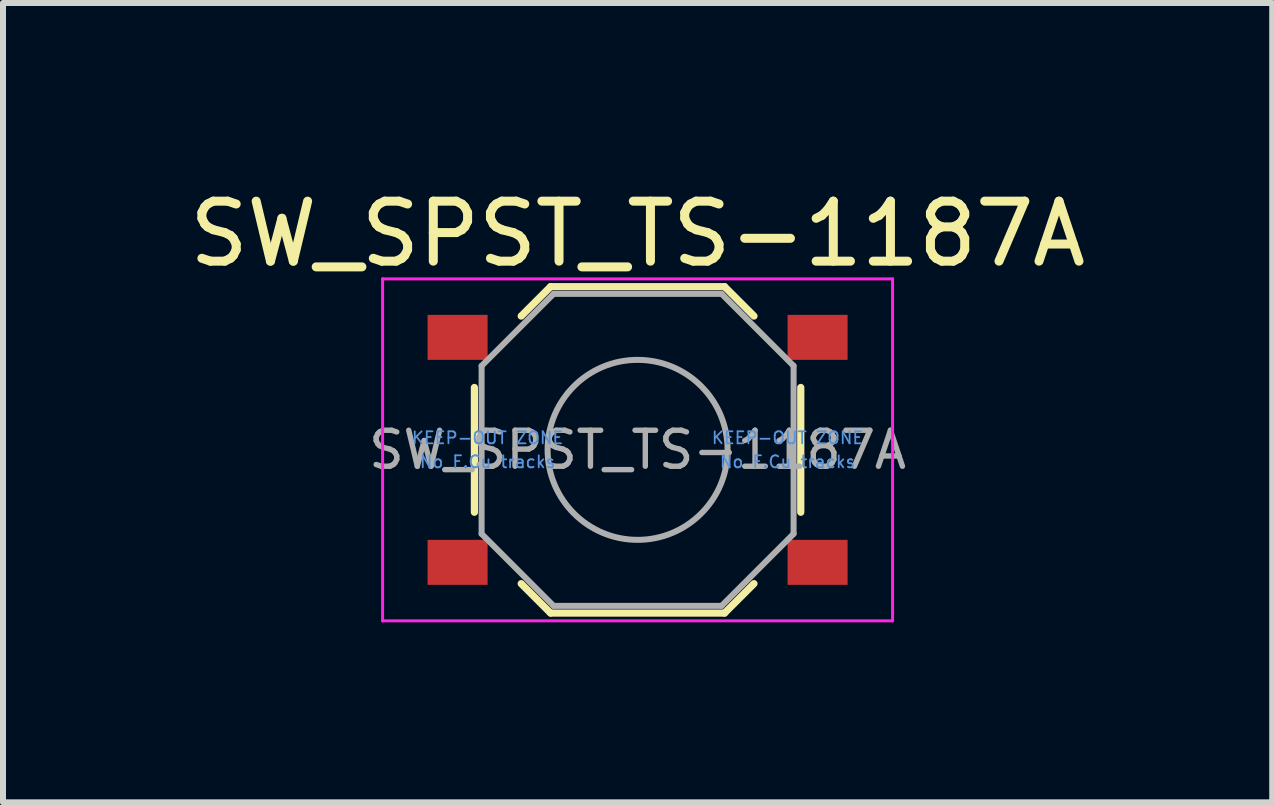
<source format=kicad_pcb>
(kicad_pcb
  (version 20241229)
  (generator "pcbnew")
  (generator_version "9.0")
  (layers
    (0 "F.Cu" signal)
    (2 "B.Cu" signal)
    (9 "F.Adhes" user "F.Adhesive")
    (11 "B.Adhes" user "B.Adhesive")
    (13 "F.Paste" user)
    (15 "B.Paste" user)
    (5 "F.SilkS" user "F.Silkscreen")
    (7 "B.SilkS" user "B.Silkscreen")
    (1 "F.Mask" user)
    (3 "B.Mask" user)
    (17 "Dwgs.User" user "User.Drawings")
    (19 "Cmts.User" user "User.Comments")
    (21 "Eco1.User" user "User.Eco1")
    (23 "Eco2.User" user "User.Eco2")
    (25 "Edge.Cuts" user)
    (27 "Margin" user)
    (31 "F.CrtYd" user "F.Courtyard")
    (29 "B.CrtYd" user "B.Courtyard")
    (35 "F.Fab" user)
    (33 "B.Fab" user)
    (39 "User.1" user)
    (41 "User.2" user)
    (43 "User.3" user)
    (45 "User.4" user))
  (footprint "SW_SPST_TS-1187A"
    (layer "F.Cu")
    (at 7.577 4.448)
    (property "Reference" "SW_SPST_TS-1187A" (at 0 -3.6 0) (layer "F.SilkS") (effects (font (size 1 1) (thickness 0.15))))
    (attr smd)
    (fp_line (start -2.72 1.04) (end -2.72 -1.04) (stroke (width 0.12) (type solid)) (layer "F.SilkS"))
    (fp_line (start -1.45 -2.72) (end -1.94 -2.23) (stroke (width 0.12) (type solid)) (layer "F.SilkS"))
    (fp_line (start -1.45 -2.72) (end 1.45 -2.72) (stroke (width 0.12) (type solid)) (layer "F.SilkS"))
    (fp_line (start -1.45 2.72) (end -1.94 2.23) (stroke (width 0.12) (type solid)) (layer "F.SilkS"))
    (fp_line (start -1.45 2.72) (end 1.45 2.72) (stroke (width 0.12) (type solid)) (layer "F.SilkS"))
    (fp_line (start 1.45 -2.72) (end 1.94 -2.23) (stroke (width 0.12) (type solid)) (layer "F.SilkS"))
    (fp_line (start 1.45 2.72) (end 1.94 2.23) (stroke (width 0.12) (type solid)) (layer "F.SilkS"))
    (fp_line (start 2.72 1.04) (end 2.72 -1.04) (stroke (width 0.12) (type solid)) (layer "F.SilkS"))
    (fp_line (start -4.25 -2.85) (end -4.25 2.85) (stroke (width 0.05) (type solid)) (layer "F.CrtYd"))
    (fp_line (start -4.25 2.85) (end 4.25 2.85) (stroke (width 0.05) (type solid)) (layer "F.CrtYd"))
    (fp_line (start 4.25 -2.85) (end -4.25 -2.85) (stroke (width 0.05) (type solid)) (layer "F.CrtYd"))
    (fp_line (start 4.25 2.85) (end 4.25 -2.85) (stroke (width 0.05) (type solid)) (layer "F.CrtYd"))
    (fp_line (start -2.6 -1.4) (end -1.4 -2.6) (stroke (width 0.1) (type solid)) (layer "F.Fab"))
    (fp_line (start -2.6 1.4) (end -2.6 -1.4) (stroke (width 0.1) (type solid)) (layer "F.Fab"))
    (fp_line (start -1.4 -2.6) (end 1.4 -2.6) (stroke (width 0.1) (type solid)) (layer "F.Fab"))
    (fp_line (start -1.4 2.6) (end -2.6 1.4) (stroke (width 0.1) (type solid)) (layer "F.Fab"))
    (fp_line (start 1.4 -2.6) (end 2.6 -1.4) (stroke (width 0.1) (type solid)) (layer "F.Fab"))
    (fp_line (start 1.4 2.6) (end -1.4 2.6) (stroke (width 0.1) (type solid)) (layer "F.Fab"))
    (fp_line (start 2.6 -1.4) (end 2.6 1.4) (stroke (width 0.1) (type solid)) (layer "F.Fab"))
    (fp_line (start 2.6 1.4) (end 1.4 2.6) (stroke (width 0.1) (type solid)) (layer "F.Fab"))
    (fp_circle (center 0 0) (end 1.5 0) (stroke (width 0.1) (type solid)) (fill no) (layer "F.Fab"))
    (fp_text user "KEEP-OUT ZONE" (at 2.5 -0.2 0) (layer "Cmts.User") (effects (font (size 0.2 0.2) (thickness 0.03))))
    (fp_text user "No F.Cu tracks" (at -2.5 0.2 0) (layer "Cmts.User") (effects (font (size 0.2 0.2) (thickness 0.03))))
    (fp_text user "No F.Cu tracks" (at 2.5 0.2 0) (layer "Cmts.User") (effects (font (size 0.2 0.2) (thickness 0.03))))
    (fp_text user "KEEP-OUT ZONE" (at -2.5 -0.2 0) (layer "Cmts.User") (effects (font (size 0.2 0.2) (thickness 0.03))))
    (fp_text user "${REFERENCE}" (at 0 0 0) (layer "F.Fab") (effects (font (size 0.6 0.6) (thickness 0.09))))
    (pad "1" smd rect (at -3 -1.875) (size 1 0.75) (layers "F.Cu" "F.Mask" "F.Paste"))
    (pad "1" smd rect (at 3 -1.875) (size 1 0.75) (layers "F.Cu" "F.Mask" "F.Paste"))
    (pad "2" smd rect (at -3 1.875) (size 1 0.75) (layers "F.Cu" "F.Mask" "F.Paste"))
    (pad "2" smd rect (at 3 1.875) (size 1 0.75) (layers "F.Cu" "F.Mask" "F.Paste"))
    (zone (net_name "") (layer "F.Cu") (hatch full 0.508) (connect_pads) (min_thickness 0.254) (filled_areas_thickness no) (keepout (tracks not_allowed) (vias not_allowed) (pads not_allowed) (copperpour not_allowed) (footprints not_allowed)) (placement (enabled no)) (fill) (polygon (pts (xy 3.577 3.148) (xy 6.577 3.148) (xy 6.577 5.748) (xy 3.577 5.748))))
    (zone (net_name "") (layer "F.Cu") (hatch full 0.508) (connect_pads) (min_thickness 0.254) (filled_areas_thickness no) (keepout (tracks not_allowed) (vias not_allowed) (pads not_allowed) (copperpour not_allowed) (footprints not_allowed)) (placement (enabled no)) (fill) (polygon (pts (xy 8.577 3.148) (xy 11.577 3.148) (xy 11.577 5.748) (xy 8.577 5.748)))))
  (gr_rect
    (start -3 -3)
    (end 18.155 10.323)
    (stroke (width 0.1) (type default))
    (fill no)
    (layer "Edge.Cuts")))
</source>
